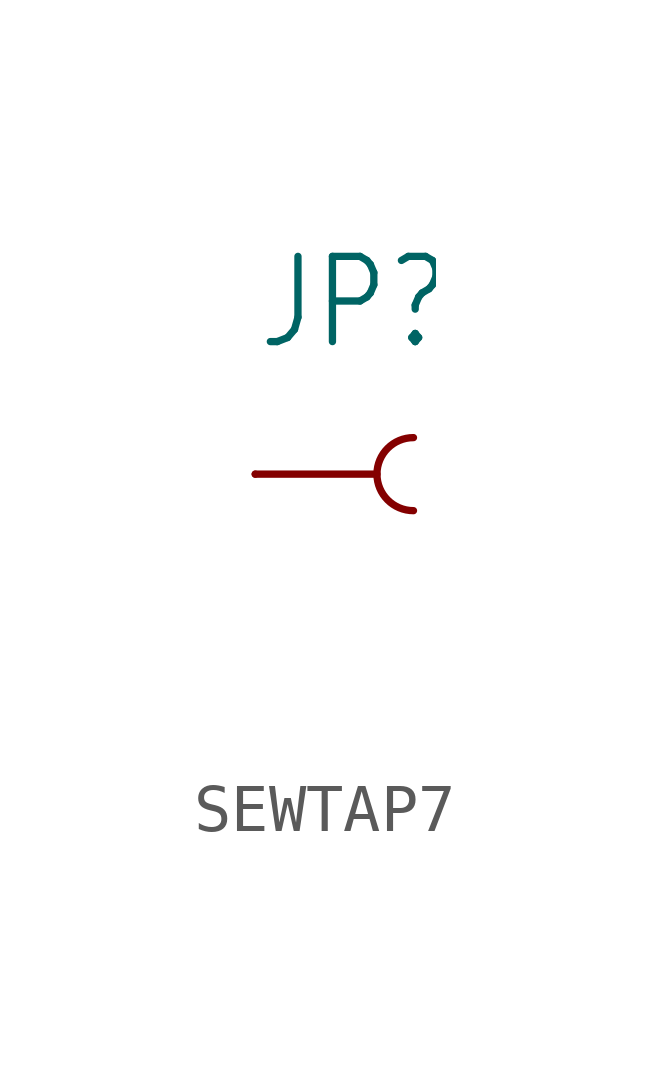
<source format=kicad_sym>
(kicad_symbol_lib
  (version 20220914)
  (generator kicad_symbol_editor)
  (symbol "SEWTAP7"
    (property "Reference" "JP"
      (at -2.54 2.54 0)
      (effects (font (size 1.778 1.511)) (justify left bottom)))
    (property "Value" ""
      (at -2.54 -5.08 0)
      (effects (font (size 1.778 1.511)) (justify left bottom)))
    (property "ki_locked" ""
      (at 0 0 0)
      (effects (font (size 1.27 1.27))))
    (symbol "SEWTAP7_1_0"
      (polyline (pts (xy 0 0) (xy -2.54 0)) (stroke (width 0.152) (type solid)) (fill (type none)))
      (arc (start 0.762 0.762) (mid 0 0) (end 0.762 -0.762) (stroke (width 0.1524) (type solid)) (fill (type none)))
      (pin bidirectional line (at -2.54 0 180) (length 0) (name "1" (effects (font (size 0 0)))) (number "1" (effects (font (size 0 0))))))))
</source>
